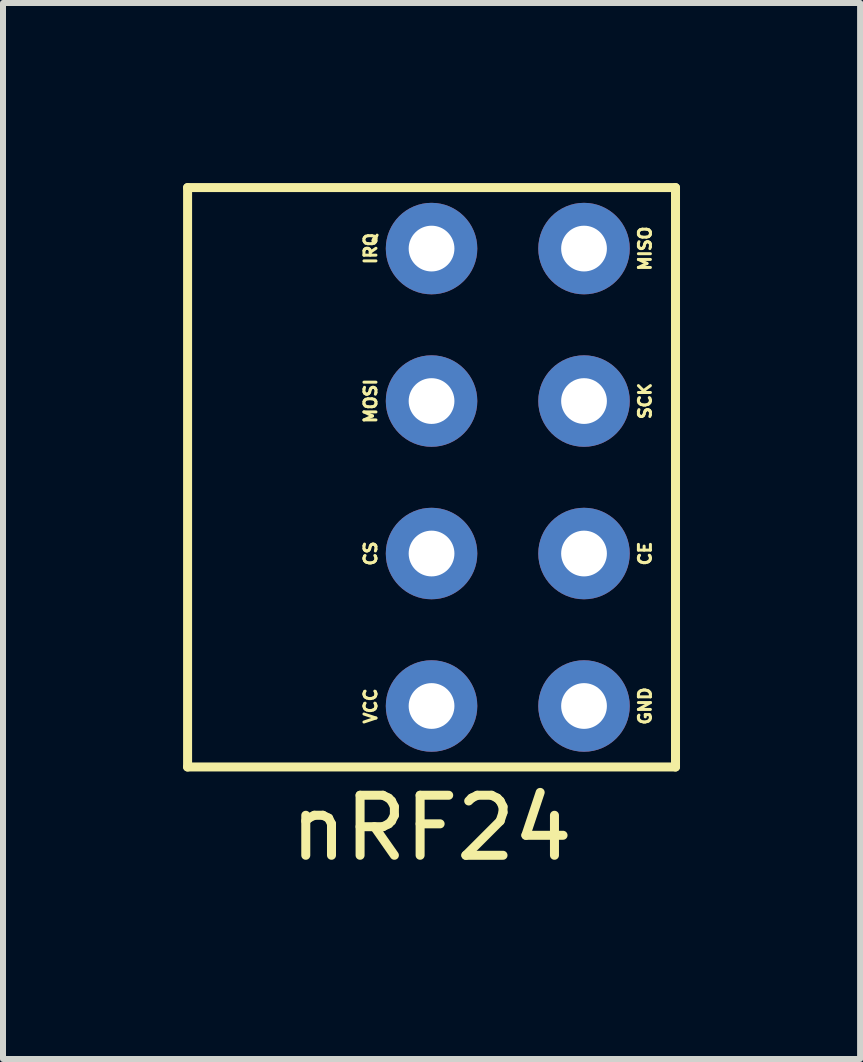
<source format=kicad_pcb>
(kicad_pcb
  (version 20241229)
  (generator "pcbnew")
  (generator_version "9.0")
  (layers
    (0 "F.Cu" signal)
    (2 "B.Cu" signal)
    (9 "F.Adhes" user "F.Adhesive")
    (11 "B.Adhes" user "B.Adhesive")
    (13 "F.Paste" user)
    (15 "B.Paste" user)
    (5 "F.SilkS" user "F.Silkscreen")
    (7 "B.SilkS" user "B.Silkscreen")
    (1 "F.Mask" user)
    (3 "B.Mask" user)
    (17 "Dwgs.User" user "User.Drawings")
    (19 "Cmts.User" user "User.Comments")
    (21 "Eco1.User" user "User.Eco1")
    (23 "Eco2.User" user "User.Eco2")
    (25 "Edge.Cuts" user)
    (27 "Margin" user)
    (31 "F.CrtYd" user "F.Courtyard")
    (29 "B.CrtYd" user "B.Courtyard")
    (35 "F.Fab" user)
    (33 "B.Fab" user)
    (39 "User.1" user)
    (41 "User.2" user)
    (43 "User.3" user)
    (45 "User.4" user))
  (footprint "nRF24"
    (layer "F.Cu")
    (at 4.139 5.155)
    (property "Reference" "nRF24" (at 0 5.588 0) (layer "F.SilkS") (effects (font (size 1 1) (thickness 0.15))))
    (attr through_hole)
    (fp_line (start -4.064 -5.08) (end -4.064 4.572) (stroke (width 0.15) (type solid)) (layer "F.SilkS"))
    (fp_line (start -4.064 4.572) (end 4.064 4.572) (stroke (width 0.15) (type solid)) (layer "F.SilkS"))
    (fp_line (start 4.064 -5.08) (end -4.064 -5.08) (stroke (width 0.15) (type solid)) (layer "F.SilkS"))
    (fp_line (start 4.064 4.572) (end 4.064 -5.08) (stroke (width 0.15) (type solid)) (layer "F.SilkS"))
    (fp_text user "CS" (at -1.016 1.016 90) (layer "F.SilkS") (effects (font (size 0.2 0.2) (thickness 0.05))))
    (fp_text user "MOSI" (at -1.016 -1.524 90) (layer "F.SilkS") (effects (font (size 0.2 0.2) (thickness 0.05))))
    (fp_text user "VCC" (at -1.016 3.556 90) (layer "F.SilkS") (effects (font (size 0.2 0.2) (thickness 0.05))))
    (fp_text user "MISO" (at 3.556 -4.064 90) (layer "F.SilkS") (effects (font (size 0.2 0.2) (thickness 0.05))))
    (fp_text user "SCK" (at 3.556 -1.524 90) (layer "F.SilkS") (effects (font (size 0.2 0.2) (thickness 0.05))))
    (fp_text user "CE" (at 3.556 1.016 90) (layer "F.SilkS") (effects (font (size 0.2 0.2) (thickness 0.05))))
    (fp_text user "IRQ" (at -1.016 -4.064 90) (layer "F.SilkS") (effects (font (size 0.2 0.2) (thickness 0.05))))
    (fp_text user "GND" (at 3.556 3.556 90) (layer "F.SilkS") (effects (font (size 0.2 0.2) (thickness 0.05))))
    (pad "1" thru_hole circle (at 2.54 3.556) (size 1.524 1.524) (drill 0.762) (layers "*.Cu" "*.Mask"))
    (pad "2" thru_hole circle (at 0 3.556) (size 1.524 1.524) (drill 0.762) (layers "*.Cu" "*.Mask"))
    (pad "3" thru_hole circle (at 2.54 1.016) (size 1.524 1.524) (drill 0.762) (layers "*.Cu" "*.Mask"))
    (pad "4" thru_hole circle (at 0 1.016) (size 1.524 1.524) (drill 0.762) (layers "*.Cu" "*.Mask"))
    (pad "5" thru_hole circle (at 2.54 -1.524) (size 1.524 1.524) (drill 0.762) (layers "*.Cu" "*.Mask"))
    (pad "6" thru_hole circle (at 0 -1.524) (size 1.524 1.524) (drill 0.762) (layers "*.Cu" "*.Mask"))
    (pad "7" thru_hole circle (at 2.54 -4.064) (size 1.524 1.524) (drill 0.762) (layers "*.Cu" "*.Mask"))
    (pad "8" thru_hole circle (at 0 -4.064) (size 1.524 1.524) (drill 0.762) (layers "*.Cu" "*.Mask")))
  (gr_rect
    (start -3 -3)
    (end 11.278 14.591)
    (stroke (width 0.1) (type default))
    (fill no)
    (layer "Edge.Cuts")))
</source>
